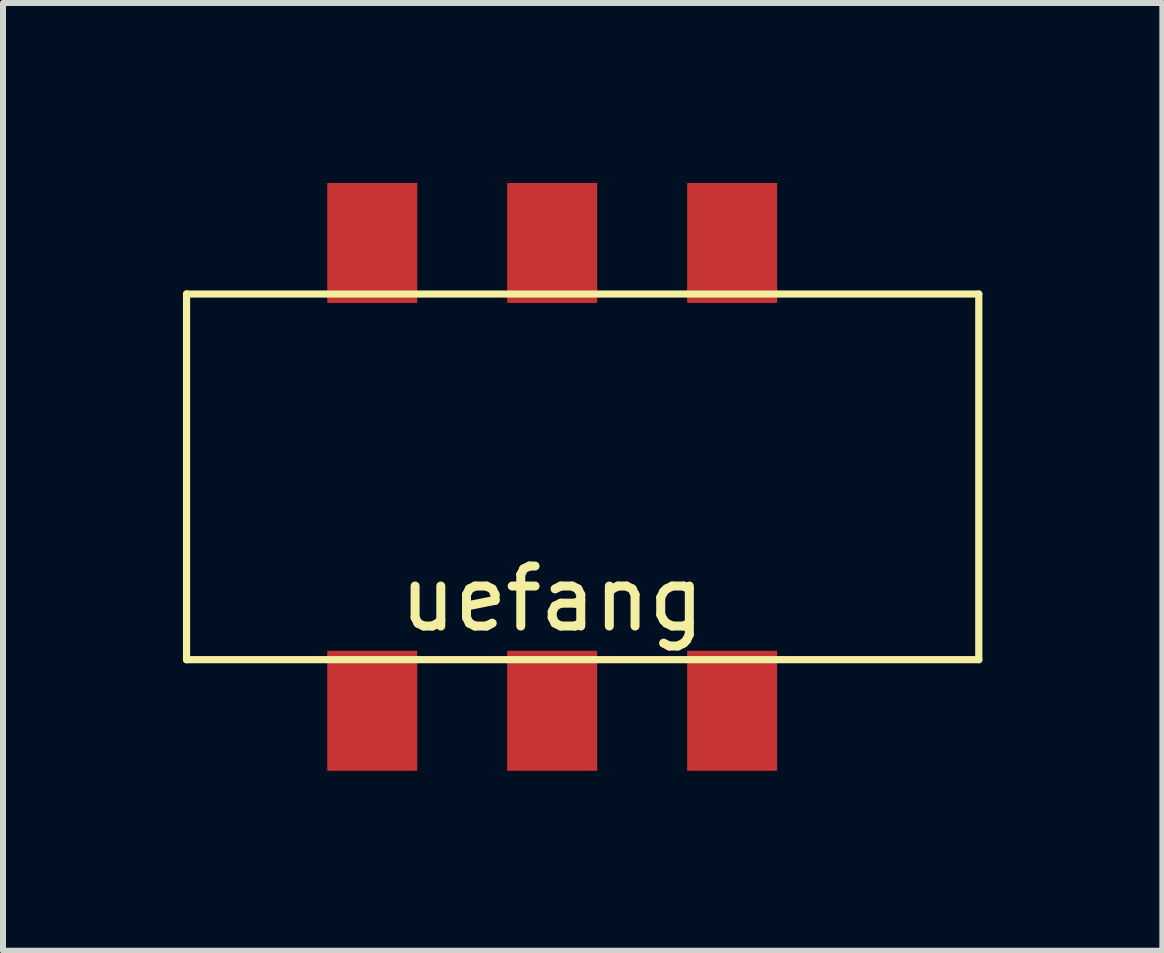
<source format=kicad_pcb>
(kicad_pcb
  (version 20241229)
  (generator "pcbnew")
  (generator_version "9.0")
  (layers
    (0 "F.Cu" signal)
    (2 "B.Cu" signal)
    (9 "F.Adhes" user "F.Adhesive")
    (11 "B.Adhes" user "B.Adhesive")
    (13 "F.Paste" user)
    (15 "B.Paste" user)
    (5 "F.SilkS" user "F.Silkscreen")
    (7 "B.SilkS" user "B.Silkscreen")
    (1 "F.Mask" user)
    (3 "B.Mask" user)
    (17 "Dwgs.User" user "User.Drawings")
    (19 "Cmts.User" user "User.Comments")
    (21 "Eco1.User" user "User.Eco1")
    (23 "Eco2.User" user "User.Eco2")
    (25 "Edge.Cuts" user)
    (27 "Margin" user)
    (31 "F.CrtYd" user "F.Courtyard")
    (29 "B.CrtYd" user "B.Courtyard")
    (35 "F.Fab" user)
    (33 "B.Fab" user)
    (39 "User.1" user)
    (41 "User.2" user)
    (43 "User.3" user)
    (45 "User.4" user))
  (footprint "uefang"
    (layer "F.Cu")
    (at 6.156 4.9)
    (property "Reference" "uefang" (at 0 2.032 0) (layer "F.SilkS") (effects (font (size 1 1) (thickness 0.15))))
    (attr through_hole)
    (fp_line (start -6.096 -3.048) (end -6.096 3.048) (stroke (width 0.12) (type solid)) (layer "F.SilkS"))
    (fp_line (start -6.096 -3.048) (end 7.112 -3.048) (stroke (width 0.12) (type solid)) (layer "F.SilkS"))
    (fp_line (start 7.112 -3.048) (end 7.112 3.048) (stroke (width 0.12) (type solid)) (layer "F.SilkS"))
    (fp_line (start 7.112 3.048) (end -6.096 3.048) (stroke (width 0.12) (type solid)) (layer "F.SilkS"))
    (pad "R" smd rect (at 0 -3.9) (size 1.5 2) (layers "F.Cu" "F.Mask" "F.Paste"))
    (pad "R" smd rect (at 0 3.9) (size 1.5 2) (layers "F.Cu" "F.Mask" "F.Paste"))
    (pad "S" smd rect (at 3 -3.9) (size 1.5 2) (layers "F.Cu" "F.Mask" "F.Paste"))
    (pad "S" smd rect (at 3 3.9) (size 1.5 2) (layers "F.Cu" "F.Mask" "F.Paste"))
    (pad "T" smd rect (at -3 -3.9) (size 1.5 2) (layers "F.Cu" "F.Mask" "F.Paste"))
    (pad "T" smd rect (at -3 3.9) (size 1.5 2) (layers "F.Cu" "F.Mask" "F.Paste")))
  (gr_rect
    (start -3 -3)
    (end 16.328 12.8)
    (stroke (width 0.1) (type default))
    (fill no)
    (layer "Edge.Cuts")))
</source>
